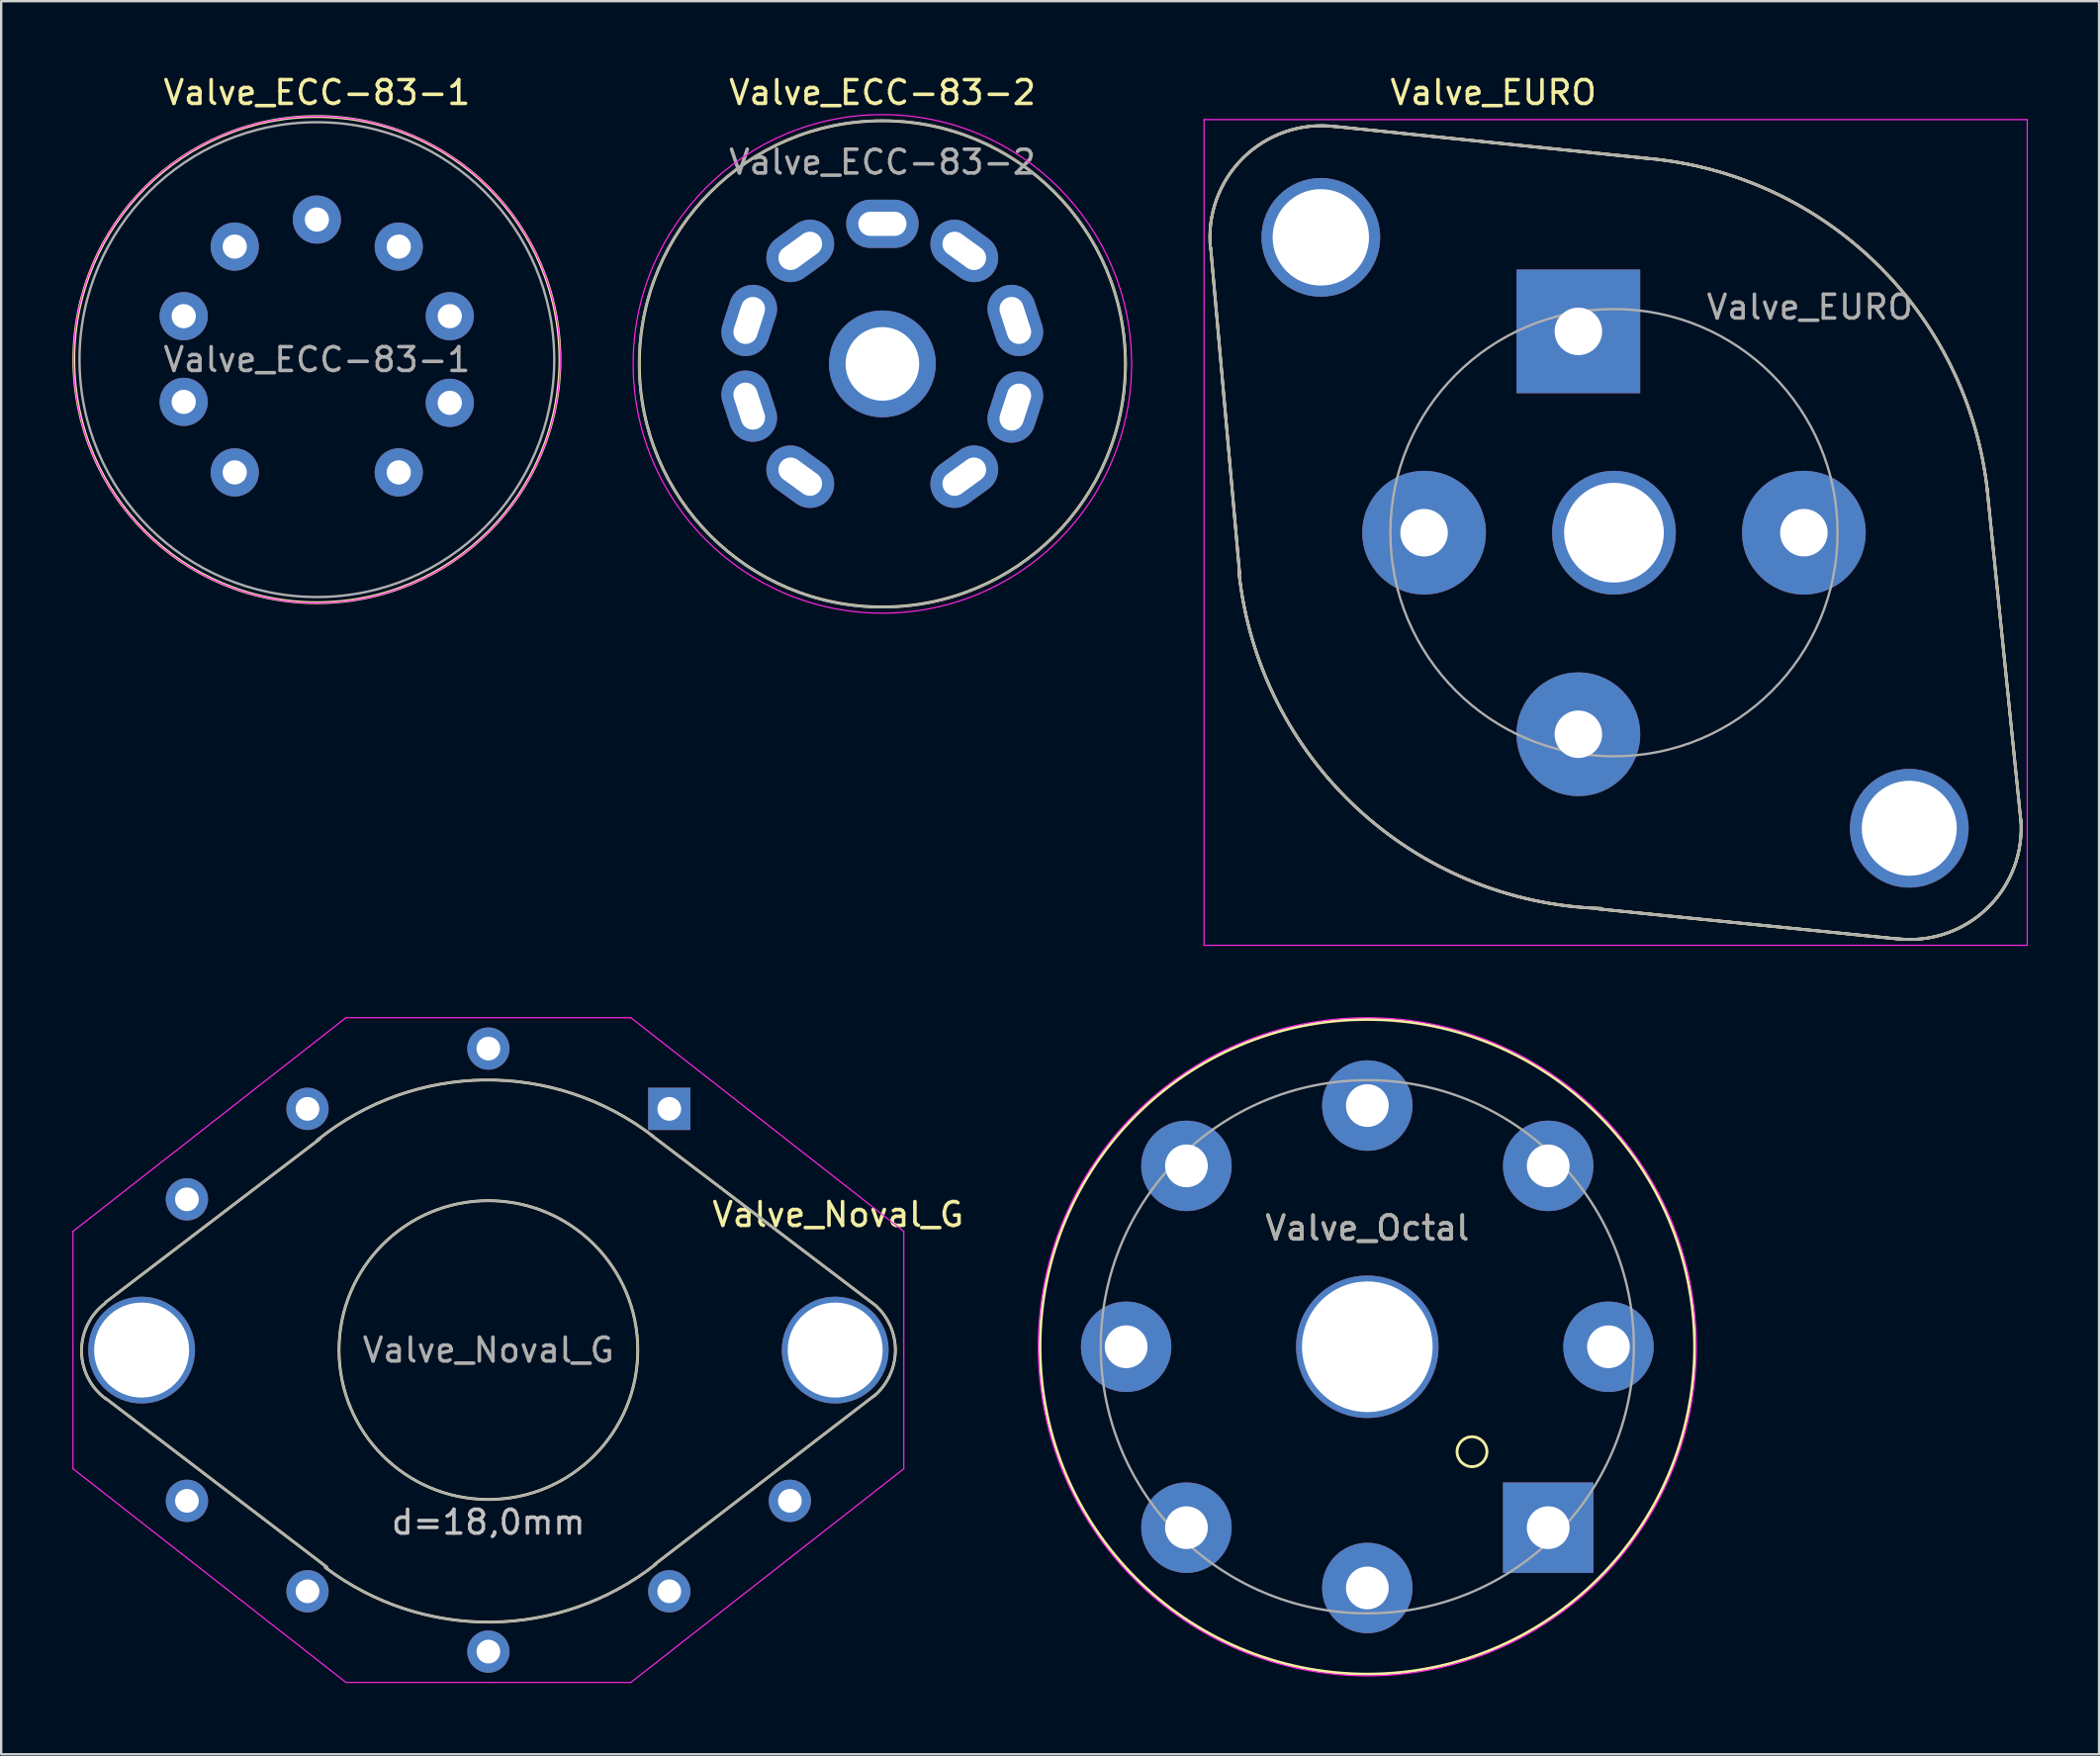
<source format=kicad_pcb>
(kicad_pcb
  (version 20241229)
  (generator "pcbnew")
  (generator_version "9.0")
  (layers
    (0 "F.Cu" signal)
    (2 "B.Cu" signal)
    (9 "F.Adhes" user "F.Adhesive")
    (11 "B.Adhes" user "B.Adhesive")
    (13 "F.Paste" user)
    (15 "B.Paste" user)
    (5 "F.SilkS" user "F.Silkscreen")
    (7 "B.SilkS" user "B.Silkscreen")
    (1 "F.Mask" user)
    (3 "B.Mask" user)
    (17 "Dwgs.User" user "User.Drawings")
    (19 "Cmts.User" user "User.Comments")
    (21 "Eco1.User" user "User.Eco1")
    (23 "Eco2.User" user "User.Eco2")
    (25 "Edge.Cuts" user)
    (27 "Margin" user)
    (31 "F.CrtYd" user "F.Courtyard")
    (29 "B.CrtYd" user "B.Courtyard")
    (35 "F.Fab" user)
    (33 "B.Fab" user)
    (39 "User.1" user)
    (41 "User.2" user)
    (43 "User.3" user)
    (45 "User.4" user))
  (footprint "Valve_ECC-83-1"
    (layer "F.Cu")
    (at 13.749 16.848)
    (property "Reference" "Valve_ECC-83-1" (at -3.45 -16 0) (layer "F.SilkS") (effects (font (size 1 1) (thickness 0.15))))
    (attr through_hole)
    (fp_circle (center -3.45 -4.75) (end 6.71 -3.48) (stroke (width 0.12) (type solid)) (fill no) (layer "F.SilkS"))
    (fp_circle (center -3.45 -4.75) (end -3.45 -15) (stroke (width 0.05) (type solid)) (fill no) (layer "F.CrtYd"))
    (fp_circle (center -3.45 -4.75) (end -3.45 -14.75) (stroke (width 0.1) (type solid)) (fill no) (layer "F.Fab"))
    (fp_text user "${REFERENCE}" (at -3.45 -4.75 0) (layer "F.Fab") (effects (font (size 1 1) (thickness 0.15))))
    (pad "1" thru_hole circle (at 0 0) (size 2.03 2.03) (drill 1.02) (layers "*.Cu" "*.Mask"))
    (pad "2" thru_hole circle (at 2.15 -2.93) (size 2.03 2.03) (drill 1.02) (layers "*.Cu" "*.Mask"))
    (pad "3" thru_hole circle (at 2.15 -6.58) (size 2.03 2.03) (drill 1.02) (layers "*.Cu" "*.Mask"))
    (pad "4" thru_hole circle (at 0 -9.51) (size 2.03 2.03) (drill 1.02) (layers "*.Cu" "*.Mask"))
    (pad "5" thru_hole circle (at -3.45 -10.65) (size 2.03 2.03) (drill 1.02) (layers "*.Cu" "*.Mask"))
    (pad "6" thru_hole circle (at -6.91 -9.51) (size 2.03 2.03) (drill 1.02) (layers "*.Cu" "*.Mask"))
    (pad "7" thru_hole circle (at -9.06 -6.58) (size 2.03 2.03) (drill 1.02) (layers "*.Cu" "*.Mask"))
    (pad "8" thru_hole circle (at -9.06 -2.97) (size 2.03 2.03) (drill 1.02) (layers "*.Cu" "*.Mask"))
    (pad "9" thru_hole circle (at -6.91 0) (size 2.03 2.03) (drill 1.02) (layers "*.Cu" "*.Mask")))
  (footprint "Valve_EURO"
    (layer "F.Cu")
    (at 63.443 10.908)
    (property "Reference" "Valve_EURO" (at -3.58 -10.06 0) (layer "F.SilkS") (effects (font (size 1 1) (thickness 0.15))))
    (attr through_hole)
    (fp_line (start -14.27 10.21) (end -15.49 -3.53) (stroke (width 0.12) (type solid)) (layer "F.SilkS"))
    (fp_line (start -14.27 10.21) (end -15.49 -3.53) (stroke (width 0.12) (type solid)) (layer "F.SilkS"))
    (fp_line (start -10.36 -8.64) (end 2.87 -7.29) (stroke (width 0.12) (type solid)) (layer "F.SilkS"))
    (fp_line (start -10.36 -8.64) (end 2.87 -7.29) (stroke (width 0.12) (type solid)) (layer "F.SilkS"))
    (fp_line (start 13.54 25.6) (end 0.86 24.33) (stroke (width 0.12) (type solid)) (layer "F.SilkS"))
    (fp_line (start 13.54 25.6) (end 0.86 24.33) (stroke (width 0.12) (type solid)) (layer "F.SilkS"))
    (fp_line (start 18.64 20.62) (end 17.22 6.63) (stroke (width 0.12) (type solid)) (layer "F.SilkS"))
    (fp_line (start 18.64 20.62) (end 17.22 6.63) (stroke (width 0.12) (type solid)) (layer "F.SilkS"))
    (fp_arc (start -15.5 -3.5) (mid -14.119784 -7.310437) (end -10.288765 -8.63245) (stroke (width 0.12) (type solid)) (layer "F.SilkS"))
    (fp_arc (start -15.5 -3.5) (mid -14.119784 -7.310437) (end -10.288765 -8.63245) (stroke (width 0.12) (type solid)) (layer "F.SilkS"))
    (fp_arc (start 0.98 24.31) (mid -9.330689 20.081144) (end -14.303103 10.107747) (stroke (width 0.12) (type solid)) (layer "F.SilkS"))
    (fp_arc (start 0.98 24.31) (mid -9.330689 20.081144) (end -14.303103 10.107747) (stroke (width 0.12) (type solid)) (layer "F.SilkS"))
    (fp_arc (start 2.87 -7.29) (mid 12.560196 -2.853668) (end 17.23226 6.725098) (stroke (width 0.12) (type solid)) (layer "F.SilkS"))
    (fp_arc (start 2.87 -7.29) (mid 12.560196 -2.853668) (end 17.23226 6.725098) (stroke (width 0.12) (type solid)) (layer "F.SilkS"))
    (fp_arc (start 18.64 20.57) (mid 17.241749 24.281739) (end 13.497325 25.589944) (stroke (width 0.12) (type solid)) (layer "F.SilkS"))
    (fp_arc (start 18.64 20.57) (mid 17.241749 24.281739) (end 13.497325 25.589944) (stroke (width 0.12) (type solid)) (layer "F.SilkS"))
    (fp_line (start -15.77 -8.92) (end -15.77 25.86) (stroke (width 0.05) (type solid)) (layer "F.CrtYd"))
    (fp_line (start -15.77 -8.92) (end 18.91 -8.92) (stroke (width 0.05) (type solid)) (layer "F.CrtYd"))
    (fp_line (start 18.91 25.86) (end -15.77 25.86) (stroke (width 0.05) (type solid)) (layer "F.CrtYd"))
    (fp_line (start 18.91 25.86) (end 18.91 -8.92) (stroke (width 0.05) (type solid)) (layer "F.CrtYd"))
    (fp_line (start -14.27 10.21) (end -15.49 -3.53) (stroke (width 0.1) (type solid)) (layer "F.Fab"))
    (fp_line (start -14.27 10.21) (end -15.49 -3.53) (stroke (width 0.1) (type solid)) (layer "F.Fab"))
    (fp_line (start -10.36 -8.64) (end 2.87 -7.29) (stroke (width 0.1) (type solid)) (layer "F.Fab"))
    (fp_line (start -10.36 -8.64) (end 2.87 -7.29) (stroke (width 0.1) (type solid)) (layer "F.Fab"))
    (fp_line (start 13.54 25.6) (end 0.86 24.33) (stroke (width 0.1) (type solid)) (layer "F.Fab"))
    (fp_line (start 13.54 25.6) (end 0.86 24.33) (stroke (width 0.1) (type solid)) (layer "F.Fab"))
    (fp_line (start 18.64 20.62) (end 17.22 6.63) (stroke (width 0.1) (type solid)) (layer "F.Fab"))
    (fp_line (start 18.64 20.62) (end 17.22 6.63) (stroke (width 0.1) (type solid)) (layer "F.Fab"))
    (fp_arc (start -15.5 -3.5) (mid -14.119784 -7.310437) (end -10.288765 -8.63245) (stroke (width 0.1) (type solid)) (layer "F.Fab"))
    (fp_arc (start -15.5 -3.5) (mid -14.119784 -7.310437) (end -10.288765 -8.63245) (stroke (width 0.1) (type solid)) (layer "F.Fab"))
    (fp_arc (start 0.98 24.31) (mid -9.330689 20.081144) (end -14.303103 10.107747) (stroke (width 0.1) (type solid)) (layer "F.Fab"))
    (fp_arc (start 0.98 24.31) (mid -9.330689 20.081144) (end -14.303103 10.107747) (stroke (width 0.1) (type solid)) (layer "F.Fab"))
    (fp_arc (start 2.87 -7.29) (mid 12.560196 -2.853668) (end 17.23226 6.725098) (stroke (width 0.1) (type solid)) (layer "F.Fab"))
    (fp_arc (start 2.87 -7.29) (mid 12.560196 -2.853668) (end 17.23226 6.725098) (stroke (width 0.1) (type solid)) (layer "F.Fab"))
    (fp_arc (start 18.64 20.57) (mid 17.241749 24.281739) (end 13.497325 25.589944) (stroke (width 0.1) (type solid)) (layer "F.Fab"))
    (fp_arc (start 18.64 20.57) (mid 17.241749 24.281739) (end 13.497325 25.589944) (stroke (width 0.1) (type solid)) (layer "F.Fab"))
    (fp_circle (center 1.5 8.48) (end -5.16 15.14) (stroke (width 0.1) (type solid)) (fill no) (layer "F.Fab"))
    (fp_text user "${REFERENCE}" (at 9.75 -1.02 0) (layer "F.Fab") (effects (font (size 1 1) (thickness 0.15))))
    (pad "" thru_hole circle (at -10.85 -3.96) (size 5 5) (drill 4.06) (layers "*.Cu" "*.Mask"))
    (pad "" thru_hole circle (at 13.94 20.93) (size 5 5) (drill 4) (layers "*.Cu" "*.Mask"))
    (pad "1" thru_hole rect (at 0 0) (size 5.21 5.21) (drill 2) (layers "*.Cu" "*.Mask"))
    (pad "2" thru_hole circle (at 9.5 8.48) (size 5.21 5.21) (drill 2) (layers "*.Cu" "*.Mask"))
    (pad "3" thru_hole circle (at 0 16.97) (size 5.21 5.21) (drill 2) (layers "*.Cu" "*.Mask"))
    (pad "4" thru_hole circle (at -6.5 8.48) (size 5.21 5.21) (drill 2) (layers "*.Cu" "*.Mask"))
    (pad "5" thru_hole circle (at 1.5 8.48) (size 5.21 5.21) (drill 4.2) (layers "*.Cu" "*.Mask")))
  (footprint "Valve_Octal"
    (layer "F.Cu")
    (at 62.172 61.299)
    (property "Reference" "Valve_Octal" (at -7.62 -12.62 0) (layer "F.SilkS") (effects (font (size 1 1) (thickness 0.15))))
    (attr through_hole)
    (fp_circle (center -7.62 -7.62) (end 2.13 2.13) (stroke (width 0.12) (type solid)) (fill no) (layer "F.SilkS"))
    (fp_circle (center -3.21 -3.2) (end -2.77 -2.75) (stroke (width 0.12) (type solid)) (fill no) (layer "F.SilkS"))
    (fp_circle (center -7.62 -7.62) (end 3.13 1.13) (stroke (width 0.05) (type solid)) (fill no) (layer "F.CrtYd"))
    (fp_circle (center -7.62 -7.62) (end -15.56 0.32) (stroke (width 0.1) (type solid)) (fill no) (layer "F.Fab"))
    (fp_text user "${REFERENCE}" (at -7.62 -12.62 0) (layer "F.Fab") (effects (font (size 1 1) (thickness 0.15))))
    (pad "" thru_hole circle (at -7.62 -7.62) (size 6 6) (drill 5.5) (layers "*.Cu" "*.Mask"))
    (pad "1" thru_hole rect (at 0 0) (size 3.81 3.81) (drill 1.8) (layers "*.Cu" "*.Mask"))
    (pad "2" thru_hole circle (at 2.54 -7.62) (size 3.81 3.81) (drill 1.8) (layers "*.Cu" "*.Mask"))
    (pad "3" thru_hole circle (at 0 -15.24) (size 3.81 3.81) (drill 1.8) (layers "*.Cu" "*.Mask"))
    (pad "4" thru_hole circle (at -7.62 -17.78) (size 3.81 3.81) (drill 1.8) (layers "*.Cu" "*.Mask"))
    (pad "5" thru_hole circle (at -15.24 -15.24) (size 3.81 3.81) (drill 1.8) (layers "*.Cu" "*.Mask"))
    (pad "6" thru_hole circle (at -17.78 -7.62) (size 3.81 3.81) (drill 1.8) (layers "*.Cu" "*.Mask"))
    (pad "7" thru_hole circle (at -15.24 0) (size 3.81 3.81) (drill 1.8) (layers "*.Cu" "*.Mask"))
    (pad "8" thru_hole circle (at -7.62 2.54) (size 3.81 3.81) (drill 1.8) (layers "*.Cu" "*.Mask")))
  (footprint "Valve_Noval_G"
    (layer "F.Cu")
    (at 25.145 43.658)
    (property "Reference" "Valve_Noval_G" (at 7.11 4.45 0) (layer "F.SilkS") (effects (font (size 1 1) (thickness 0.15))))
    (attr through_hole)
    (fp_line (start -23.75 8.15) (end -14.73 1.27) (stroke (width 0.12) (type solid)) (layer "F.SilkS"))
    (fp_line (start -23.75 12.19) (end -14.43 19.3) (stroke (width 0.12) (type solid)) (layer "F.SilkS"))
    (fp_line (start 8.66 12.06) (end -0.63 19.2) (stroke (width 0.12) (type solid)) (layer "F.SilkS"))
    (fp_line (start 8.69 8.28) (end -0.74 1.12) (stroke (width 0.12) (type solid)) (layer "F.SilkS"))
    (fp_arc (start -23.7 12.24) (mid -24.76061 10.23284) (end -23.769096 8.190664) (stroke (width 0.12) (type solid)) (layer "F.SilkS"))
    (fp_arc (start -14.83 1.32) (mid -7.774859 -1.216675) (end -0.665972 1.16523) (stroke (width 0.12) (type solid)) (layer "F.SilkS"))
    (fp_arc (start -0.57 19.18) (mid -7.50736 21.618362) (end -14.491513 19.317453) (stroke (width 0.12) (type solid)) (layer "F.SilkS"))
    (fp_arc (start 8.69 8.28) (mid 9.524064 10.214038) (end 8.60831 12.110762) (stroke (width 0.12) (type solid)) (layer "F.SilkS"))
    (fp_circle (center -7.62 10.16) (end -12.07 14.61) (stroke (width 0.12) (type solid)) (fill no) (layer "F.SilkS"))
    (fp_line (start -25.12 5.16) (end -13.62 -3.84) (stroke (width 0.05) (type solid)) (layer "F.CrtYd"))
    (fp_line (start -25.12 15.16) (end -25.12 5.16) (stroke (width 0.05) (type solid)) (layer "F.CrtYd"))
    (fp_line (start -13.62 -3.84) (end -1.62 -3.84) (stroke (width 0.05) (type solid)) (layer "F.CrtYd"))
    (fp_line (start -13.62 24.16) (end -25.12 15.16) (stroke (width 0.05) (type solid)) (layer "F.CrtYd"))
    (fp_line (start -7.62 24.16) (end -13.62 24.16) (stroke (width 0.05) (type solid)) (layer "F.CrtYd"))
    (fp_line (start -1.62 -3.84) (end 9.88 5.16) (stroke (width 0.05) (type solid)) (layer "F.CrtYd"))
    (fp_line (start -1.62 24.16) (end -7.62 24.16) (stroke (width 0.05) (type solid)) (layer "F.CrtYd"))
    (fp_line (start 9.88 5.16) (end 9.88 15.16) (stroke (width 0.05) (type solid)) (layer "F.CrtYd"))
    (fp_line (start 9.88 15.16) (end -1.62 24.16) (stroke (width 0.05) (type solid)) (layer "F.CrtYd"))
    (fp_line (start -23.75 8.15) (end -14.73 1.27) (stroke (width 0.1) (type solid)) (layer "F.Fab"))
    (fp_line (start -23.75 12.19) (end -14.43 19.3) (stroke (width 0.1) (type solid)) (layer "F.Fab"))
    (fp_line (start 8.66 12.06) (end -0.63 19.2) (stroke (width 0.1) (type solid)) (layer "F.Fab"))
    (fp_line (start 8.69 8.28) (end -0.74 1.12) (stroke (width 0.1) (type solid)) (layer "F.Fab"))
    (fp_arc (start -23.7 12.24) (mid -24.76061 10.23284) (end -23.769096 8.190664) (stroke (width 0.1) (type solid)) (layer "F.Fab"))
    (fp_arc (start -14.83 1.32) (mid -7.774859 -1.216675) (end -0.665972 1.16523) (stroke (width 0.1) (type solid)) (layer "F.Fab"))
    (fp_arc (start -0.57 19.18) (mid -7.50736 21.618362) (end -14.491513 19.317453) (stroke (width 0.1) (type solid)) (layer "F.Fab"))
    (fp_arc (start 8.69 8.28) (mid 9.524064 10.214038) (end 8.60831 12.110762) (stroke (width 0.1) (type solid)) (layer "F.Fab"))
    (fp_circle (center -7.62 10.16) (end -12.07 14.61) (stroke (width 0.1) (type solid)) (fill no) (layer "F.Fab"))
    (fp_text user "d=18,0mm" (at -7.62 17.41 0) (layer "Dwgs.User") (effects (font (size 1 1) (thickness 0.15))))
    (fp_text user "${REFERENCE}" (at -7.62 10.16 0) (layer "F.Fab") (effects (font (size 1 1) (thickness 0.15))))
    (pad "" thru_hole circle (at 6.99 10.16) (size 4.5 4.5) (drill 4) (layers "*.Cu" "*.Mask"))
    (pad "1" thru_hole rect (at 0 0) (size 1.78 1.78) (drill 1) (layers "*.Cu" "*.Mask"))
    (pad "2" thru_hole circle (at -22.23 10.16) (size 4.5 4.5) (drill 4) (layers "*.Cu" "*.Mask"))
    (pad "2" thru_hole circle (at -7.62 -2.54) (size 1.78 1.78) (drill 1) (layers "*.Cu" "*.Mask"))
    (pad "3" thru_hole circle (at -15.24 0) (size 1.78 1.78) (drill 1) (layers "*.Cu" "*.Mask"))
    (pad "4" thru_hole circle (at -20.32 3.81) (size 1.78 1.78) (drill 1) (layers "*.Cu" "*.Mask"))
    (pad "5" thru_hole circle (at -20.32 16.51) (size 1.78 1.78) (drill 1) (layers "*.Cu" "*.Mask"))
    (pad "6" thru_hole circle (at -15.24 20.32) (size 1.78 1.78) (drill 1) (layers "*.Cu" "*.Mask"))
    (pad "7" thru_hole circle (at -7.62 22.86) (size 1.78 1.78) (drill 1) (layers "*.Cu" "*.Mask"))
    (pad "8" thru_hole circle (at 0 20.32) (size 1.78 1.78) (drill 1) (layers "*.Cu" "*.Mask"))
    (pad "9" thru_hole circle (at 5.08 16.51) (size 1.78 1.78) (drill 1) (layers "*.Cu" "*.Mask")))
  (footprint "Valve_ECC-83-2"
    (layer "F.Cu")
    (at 37.573 17.028)
    (property "Reference" "Valve_ECC-83-2" (at -3.45 -16.18 0) (layer "F.SilkS") (effects (font (size 1 1) (thickness 0.15))))
    (attr through_hole)
    (fp_circle (center -3.45 -4.75) (end 6.71 -3.48) (stroke (width 0.12) (type solid)) (fill no) (layer "F.SilkS"))
    (fp_circle (center -3.45 -4.75) (end -3.45 -15.25) (stroke (width 0.05) (type solid)) (fill no) (layer "F.CrtYd"))
    (fp_circle (center -3.45 -4.75) (end -3.45 -15) (stroke (width 0.1) (type solid)) (fill no) (layer "F.Fab"))
    (fp_text user "${REFERENCE}" (at -3.45 -13.25 0) (layer "F.Fab") (effects (font (size 1 1) (thickness 0.15))))
    (pad "1" thru_hole oval (at 0 0 306) (size 2.03 3.05) (drill oval 1.02 2.03) (layers "*.Cu" "*.Mask"))
    (pad "2" thru_hole circle (at -3.45 -4.75) (size 4.5 4.5) (drill 3.1) (layers "*.Cu" "*.Mask"))
    (pad "2" thru_hole oval (at 2.15 -2.93 342) (size 2.03 3.05) (drill oval 1.02 2.03) (layers "*.Cu" "*.Mask"))
    (pad "3" thru_hole oval (at 2.15 -6.58 18) (size 2.03 3.05) (drill oval 1.02 2.03) (layers "*.Cu" "*.Mask"))
    (pad "4" thru_hole oval (at 0 -9.51 54) (size 2.03 3.05) (drill oval 1.02 2.03) (layers "*.Cu" "*.Mask"))
    (pad "5" thru_hole oval (at -3.45 -10.65 90) (size 2.03 3.05) (drill oval 1.02 2.03) (layers "*.Cu" "*.Mask"))
    (pad "6" thru_hole oval (at -6.91 -9.51 306) (size 2.03 3.05) (drill oval 1.02 2.03) (layers "*.Cu" "*.Mask"))
    (pad "7" thru_hole oval (at -9.06 -6.58 342) (size 2.03 3.05) (drill oval 1.02 2.03) (layers "*.Cu" "*.Mask"))
    (pad "8" thru_hole oval (at -9.06 -2.97 18) (size 2.03 3.05) (drill oval 1.02 2.03) (layers "*.Cu" "*.Mask"))
    (pad "9" thru_hole oval (at -6.91 0 54) (size 2.03 3.05) (drill oval 1.02 2.03) (layers "*.Cu" "*.Mask")))
  (gr_rect
    (start -3 -3)
    (end 85.378 70.843)
    (stroke (width 0.1) (type default))
    (fill no)
    (layer "Edge.Cuts")))
</source>
